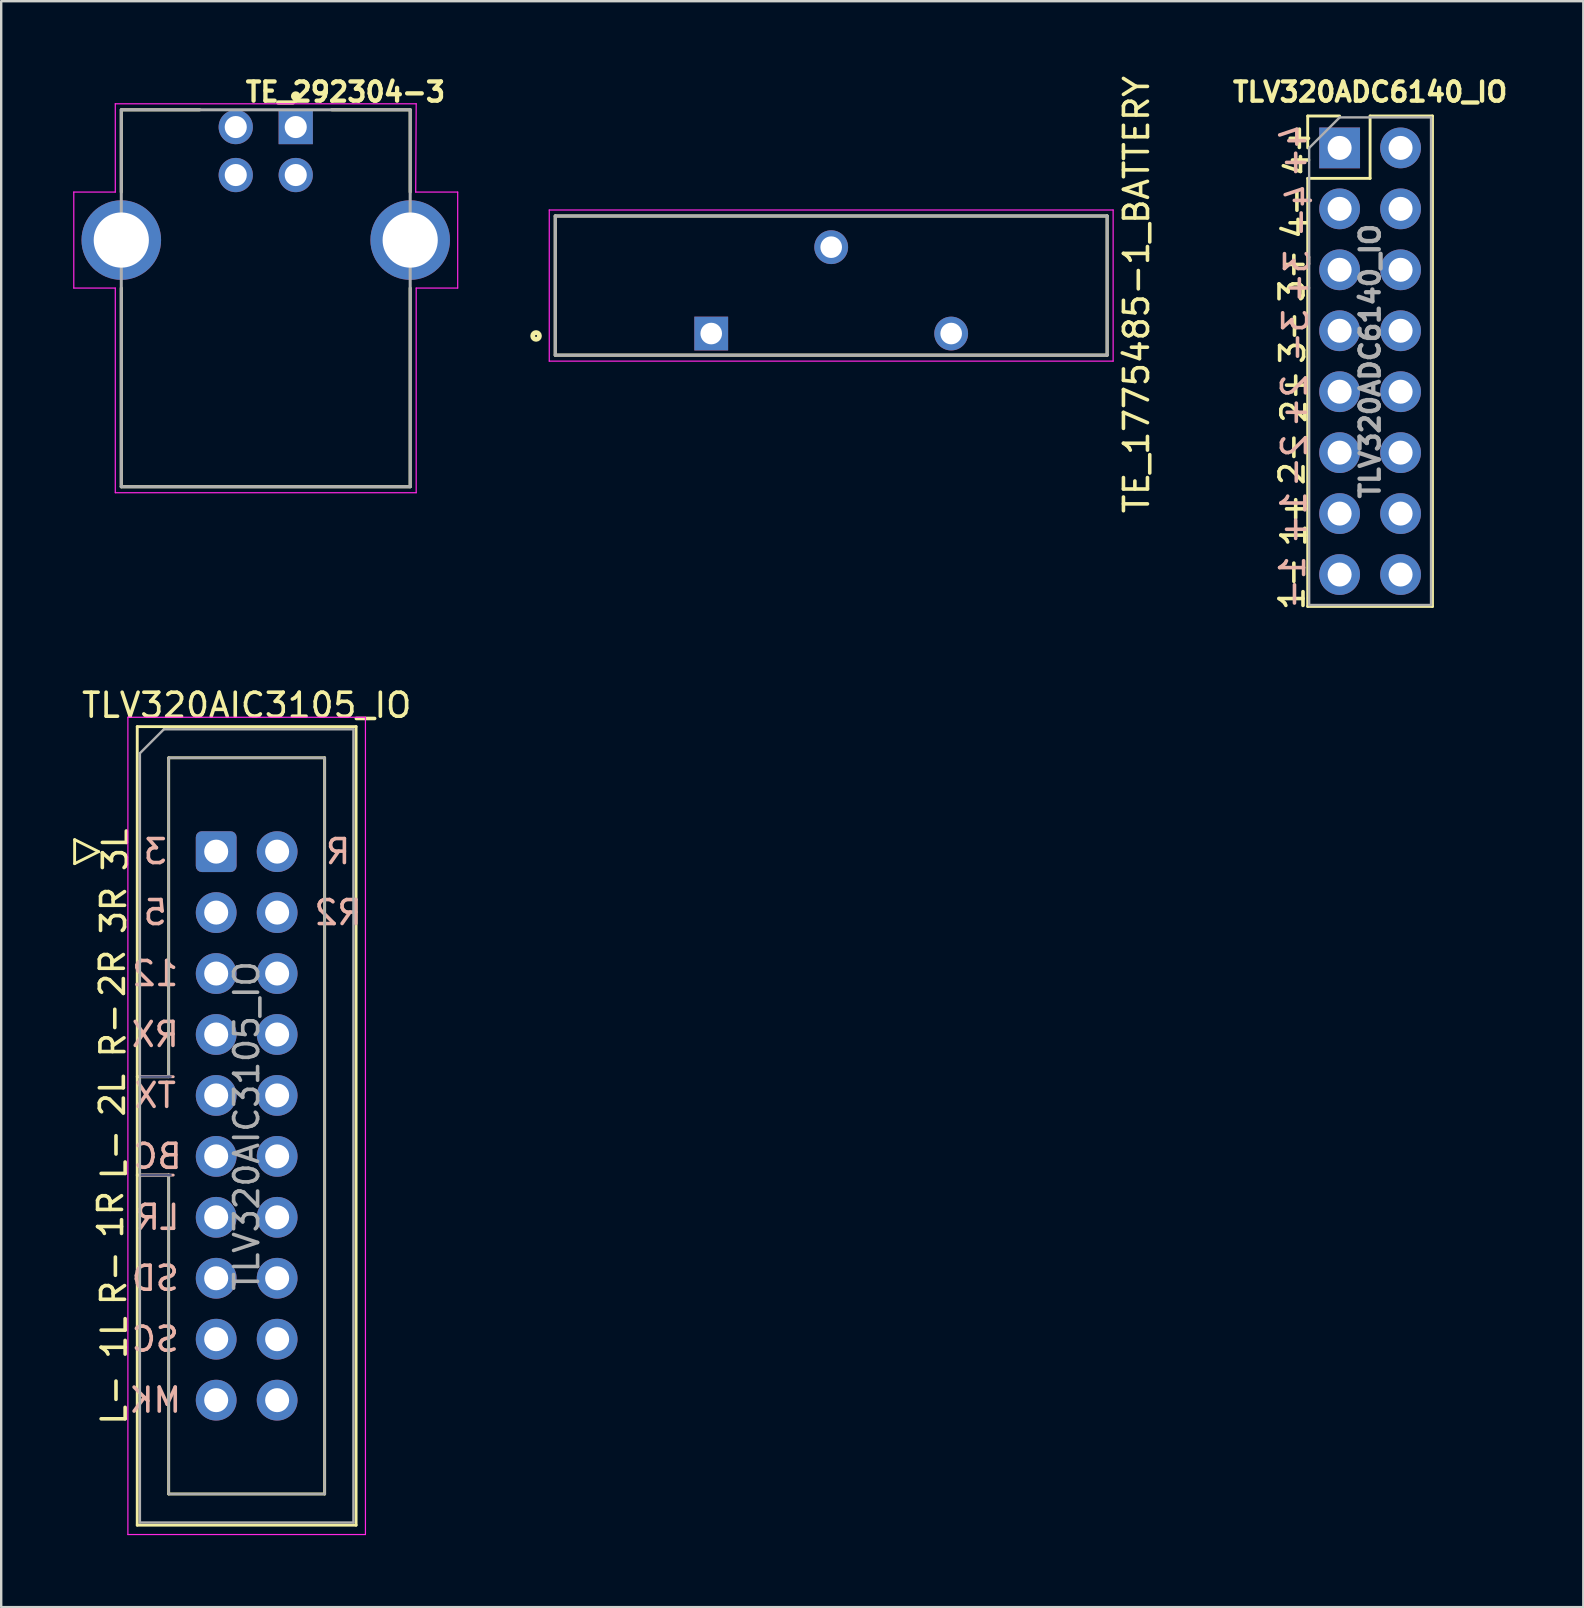
<source format=kicad_pcb>
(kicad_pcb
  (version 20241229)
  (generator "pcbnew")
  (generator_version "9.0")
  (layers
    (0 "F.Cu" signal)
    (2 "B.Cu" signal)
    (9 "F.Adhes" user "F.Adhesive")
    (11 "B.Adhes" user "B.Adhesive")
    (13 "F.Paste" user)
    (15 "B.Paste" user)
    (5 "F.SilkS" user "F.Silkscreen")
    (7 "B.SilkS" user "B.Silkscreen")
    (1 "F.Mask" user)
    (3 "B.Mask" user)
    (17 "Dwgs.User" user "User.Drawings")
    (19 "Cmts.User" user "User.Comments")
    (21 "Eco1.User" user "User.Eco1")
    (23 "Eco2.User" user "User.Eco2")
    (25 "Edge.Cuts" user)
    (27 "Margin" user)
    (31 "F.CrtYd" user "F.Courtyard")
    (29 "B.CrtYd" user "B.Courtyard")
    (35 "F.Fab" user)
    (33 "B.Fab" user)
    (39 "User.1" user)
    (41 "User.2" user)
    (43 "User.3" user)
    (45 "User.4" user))
  (footprint "TLV320AIC3105_IO"
    (layer "F.Cu")
    (at 5.96 32.443)
    (property "Reference" "TLV320AIC3105_IO" (at 1.27 -6.1 0) (layer "F.SilkS") (effects (font (size 1 1) (thickness 0.15))))
    (attr through_hole)
    (fp_line (start -5.9 -0.5) (end -5.9 0.5) (stroke (width 0.12) (type solid)) (layer "F.SilkS"))
    (fp_line (start -5.9 0.5) (end -4.9 0) (stroke (width 0.12) (type solid)) (layer "F.SilkS"))
    (fp_line (start -4.9 0) (end -5.9 -0.5) (stroke (width 0.12) (type solid)) (layer "F.SilkS"))
    (fp_line (start -3.29 -5.21) (end 5.83 -5.21) (stroke (width 0.12) (type solid)) (layer "F.SilkS"))
    (fp_line (start -3.29 9.38) (end -1.98 9.38) (stroke (width 0.12) (type solid)) (layer "F.SilkS"))
    (fp_line (start -3.29 28.07) (end -3.29 -5.21) (stroke (width 0.12) (type solid)) (layer "F.SilkS"))
    (fp_line (start -1.98 -3.91) (end 4.52 -3.91) (stroke (width 0.12) (type solid)) (layer "F.SilkS"))
    (fp_line (start -1.98 9.38) (end -1.98 -3.91) (stroke (width 0.12) (type solid)) (layer "F.SilkS"))
    (fp_line (start -1.98 13.48) (end -3.29 13.48) (stroke (width 0.12) (type solid)) (layer "F.SilkS"))
    (fp_line (start -1.98 13.48) (end -1.98 13.48) (stroke (width 0.12) (type solid)) (layer "F.SilkS"))
    (fp_line (start -1.98 26.77) (end -1.98 13.48) (stroke (width 0.12) (type solid)) (layer "F.SilkS"))
    (fp_line (start 4.52 -3.91) (end 4.52 26.77) (stroke (width 0.12) (type solid)) (layer "F.SilkS"))
    (fp_line (start 4.52 26.77) (end -1.98 26.77) (stroke (width 0.12) (type solid)) (layer "F.SilkS"))
    (fp_line (start 5.83 -5.21) (end 5.83 28.07) (stroke (width 0.12) (type solid)) (layer "F.SilkS"))
    (fp_line (start 5.83 28.07) (end -3.29 28.07) (stroke (width 0.12) (type solid)) (layer "F.SilkS"))
    (fp_line (start -3.1 13.48) (end -1.79 13.48) (stroke (width 0.12) (type solid)) (layer "B.SilkS"))
    (fp_line (start -1.79 9.38) (end -3.1 9.38) (stroke (width 0.12) (type solid)) (layer "B.SilkS"))
    (fp_line (start -3.68 -5.6) (end -3.68 28.46) (stroke (width 0.05) (type solid)) (layer "F.CrtYd"))
    (fp_line (start -3.68 28.46) (end 6.22 28.46) (stroke (width 0.05) (type solid)) (layer "F.CrtYd"))
    (fp_line (start 6.22 -5.6) (end -3.68 -5.6) (stroke (width 0.05) (type solid)) (layer "F.CrtYd"))
    (fp_line (start 6.22 28.46) (end 6.22 -5.6) (stroke (width 0.05) (type solid)) (layer "F.CrtYd"))
    (fp_line (start -3.1 13.48) (end -1.9 13.48) (stroke (width 0.1) (type solid)) (layer "B.Fab"))
    (fp_line (start -1.9 9.38) (end -3.1 9.38) (stroke (width 0.1) (type solid)) (layer "B.Fab"))
    (fp_line (start -3.18 -4.1) (end -2.18 -5.1) (stroke (width 0.1) (type solid)) (layer "F.Fab"))
    (fp_line (start -3.18 9.38) (end -1.98 9.38) (stroke (width 0.1) (type solid)) (layer "F.Fab"))
    (fp_line (start -3.18 27.96) (end -3.18 -4.1) (stroke (width 0.1) (type solid)) (layer "F.Fab"))
    (fp_line (start -2.18 -5.1) (end 5.72 -5.1) (stroke (width 0.1) (type solid)) (layer "F.Fab"))
    (fp_line (start -1.98 -3.91) (end 4.52 -3.91) (stroke (width 0.1) (type solid)) (layer "F.Fab"))
    (fp_line (start -1.98 9.38) (end -1.98 -3.91) (stroke (width 0.1) (type solid)) (layer "F.Fab"))
    (fp_line (start -1.98 13.48) (end -3.18 13.48) (stroke (width 0.1) (type solid)) (layer "F.Fab"))
    (fp_line (start -1.98 13.48) (end -1.98 13.48) (stroke (width 0.1) (type solid)) (layer "F.Fab"))
    (fp_line (start -1.98 26.77) (end -1.98 13.48) (stroke (width 0.1) (type solid)) (layer "F.Fab"))
    (fp_line (start 4.52 -3.91) (end 4.52 26.77) (stroke (width 0.1) (type solid)) (layer "F.Fab"))
    (fp_line (start 4.52 26.77) (end -1.98 26.77) (stroke (width 0.1) (type solid)) (layer "F.Fab"))
    (fp_line (start 5.72 -5.1) (end 5.72 27.96) (stroke (width 0.1) (type solid)) (layer "F.Fab"))
    (fp_line (start 5.72 27.96) (end -3.18 27.96) (stroke (width 0.1) (type solid)) (layer "F.Fab"))
    (fp_text user "2L" (at -4.325 10.15 90) (unlocked yes) (layer "F.SilkS") (effects (font (size 1 1) (thickness 0.15))))
    (fp_text user "R-" (at -4.275 17.775 90) (unlocked yes) (layer "F.SilkS") (effects (font (size 1 1) (thickness 0.15))))
    (fp_text user "R-" (at -4.3 7.45 90) (unlocked yes) (layer "F.SilkS") (effects (font (size 1 1) (thickness 0.15))))
    (fp_text user "2R" (at -4.325 5.075 90) (unlocked yes) (layer "F.SilkS") (effects (font (size 1 1) (thickness 0.15))))
    (fp_text user "3L" (at -4.2 -0.075 90) (unlocked yes) (layer "F.SilkS") (effects (font (size 1 1) (thickness 0.15))))
    (fp_text user "L-" (at -4.25 22.85 90) (unlocked yes) (layer "F.SilkS") (effects (font (size 1 1) (thickness 0.15))))
    (fp_text user "1L" (at -4.25 20.25 90) (unlocked yes) (layer "F.SilkS") (effects (font (size 1 1) (thickness 0.15))))
    (fp_text user "3R" (at -4.275 2.45 90) (unlocked yes) (layer "F.SilkS") (effects (font (size 1 1) (thickness 0.15))))
    (fp_text user "1R" (at -4.4 15.125 90) (unlocked yes) (layer "F.SilkS") (effects (font (size 1 1) (thickness 0.15))))
    (fp_text user "L-" (at -4.25 12.625 90) (unlocked yes) (layer "F.SilkS") (effects (font (size 1 1) (thickness 0.15))))
    (fp_text user "TX" (at -2.54 10.16 0) (unlocked yes) (layer "B.SilkS") (effects (font (size 1 1) (thickness 0.15)) (justify mirror)))
    (fp_text user "3" (at -2.54 0 0) (unlocked yes) (layer "B.SilkS") (effects (font (size 1 1) (thickness 0.15)) (justify mirror)))
    (fp_text user "MK" (at -2.54 22.86 0) (unlocked yes) (layer "B.SilkS") (effects (font (size 1 1) (thickness 0.15)) (justify mirror)))
    (fp_text user "LR" (at -2.445 15.24 0) (unlocked yes) (layer "B.SilkS") (effects (font (size 1 1) (thickness 0.15)) (justify mirror)))
    (fp_text user "5" (at -2.54 2.54 0) (unlocked yes) (layer "B.SilkS") (effects (font (size 1 1) (thickness 0.15)) (justify mirror)))
    (fp_text user "R2" (at 5.08 2.54 0) (unlocked yes) (layer "B.SilkS") (effects (font (size 1 1) (thickness 0.15)) (justify mirror)))
    (fp_text user "SD" (at -2.54 17.78 0) (unlocked yes) (layer "B.SilkS") (effects (font (size 1 1) (thickness 0.15)) (justify mirror)))
    (fp_text user "RX" (at -2.54 7.62 0) (unlocked yes) (layer "B.SilkS") (effects (font (size 1 1) (thickness 0.15)) (justify mirror)))
    (fp_text user "R" (at 5.08 0 0) (unlocked yes) (layer "B.SilkS") (effects (font (size 1 1) (thickness 0.15)) (justify mirror)))
    (fp_text user "12" (at -2.54 5.08 0) (unlocked yes) (layer "B.SilkS") (effects (font (size 1 1) (thickness 0.15)) (justify mirror)))
    (fp_text user "SC" (at -2.54 20.32 0) (unlocked yes) (layer "B.SilkS") (effects (font (size 1 1) (thickness 0.15)) (justify mirror)))
    (fp_text user "BC" (at -2.445 12.7 0) (unlocked yes) (layer "B.SilkS") (effects (font (size 1 1) (thickness 0.15)) (justify mirror)))
    (fp_text user "${REFERENCE}" (at 1.27 11.43 90) (layer "F.Fab") (effects (font (size 1 1) (thickness 0.15))))
    (pad "1" thru_hole roundrect (at 0 0) (size 1.7 1.7) (drill 1) (layers "*.Cu" "*.Mask") (roundrect_rratio 0.147))
    (pad "2" thru_hole circle (at 2.54 0) (size 1.7 1.7) (drill 1) (layers "*.Cu" "*.Mask"))
    (pad "3" thru_hole circle (at 0 2.54) (size 1.7 1.7) (drill 1) (layers "*.Cu" "*.Mask"))
    (pad "4" thru_hole circle (at 2.54 2.54) (size 1.7 1.7) (drill 1) (layers "*.Cu" "*.Mask"))
    (pad "5" thru_hole circle (at 0 5.08) (size 1.7 1.7) (drill 1) (layers "*.Cu" "*.Mask"))
    (pad "6" thru_hole circle (at 2.54 5.08) (size 1.7 1.7) (drill 1) (layers "*.Cu" "*.Mask"))
    (pad "7" thru_hole circle (at 0 7.62) (size 1.7 1.7) (drill 1) (layers "*.Cu" "*.Mask"))
    (pad "8" thru_hole circle (at 2.54 7.62) (size 1.7 1.7) (drill 1) (layers "*.Cu" "*.Mask"))
    (pad "9" thru_hole circle (at 0 10.16) (size 1.7 1.7) (drill 1) (layers "*.Cu" "*.Mask"))
    (pad "10" thru_hole circle (at 2.54 10.16) (size 1.7 1.7) (drill 1) (layers "*.Cu" "*.Mask"))
    (pad "11" thru_hole circle (at 0 12.7) (size 1.7 1.7) (drill 1) (layers "*.Cu" "*.Mask"))
    (pad "12" thru_hole circle (at 2.54 12.7) (size 1.7 1.7) (drill 1) (layers "*.Cu" "*.Mask"))
    (pad "13" thru_hole circle (at 0 15.24) (size 1.7 1.7) (drill 1) (layers "*.Cu" "*.Mask"))
    (pad "14" thru_hole circle (at 2.54 15.24) (size 1.7 1.7) (drill 1) (layers "*.Cu" "*.Mask"))
    (pad "15" thru_hole circle (at 0 17.78) (size 1.7 1.7) (drill 1) (layers "*.Cu" "*.Mask"))
    (pad "16" thru_hole circle (at 2.54 17.78) (size 1.7 1.7) (drill 1) (layers "*.Cu" "*.Mask"))
    (pad "17" thru_hole circle (at 0 20.32) (size 1.7 1.7) (drill 1) (layers "*.Cu" "*.Mask"))
    (pad "18" thru_hole circle (at 2.54 20.32) (size 1.7 1.7) (drill 1) (layers "*.Cu" "*.Mask"))
    (pad "19" thru_hole circle (at 0 22.86) (size 1.7 1.7) (drill 1) (layers "*.Cu" "*.Mask"))
    (pad "20" thru_hole circle (at 2.54 22.86) (size 1.7 1.7) (drill 1) (layers "*.Cu" "*.Mask")))
  (footprint "TE_292304-3"
    (layer "F.Cu")
    (at 8.025 17.235)
    (property "Reference" "TE_292304-3" (at 3.321 -16.451 180) (layer "F.SilkS") (effects (font (size 0.8 0.8) (thickness 0.18))))
    (attr through_hole)
    (fp_line (start -6.02 -12.28) (end -6.02 -15.71) (stroke (width 0.127) (type solid)) (layer "F.SilkS"))
    (fp_line (start -6.02 -8.28) (end -6.02 0) (stroke (width 0.127) (type solid)) (layer "F.SilkS"))
    (fp_line (start -6.02 0) (end 6.02 0) (stroke (width 0.127) (type solid)) (layer "F.SilkS"))
    (fp_line (start -6 -15.71) (end -2.75 -15.71) (stroke (width 0.127) (type solid)) (layer "F.SilkS"))
    (fp_line (start 2.75 -15.71) (end 6.02 -15.71) (stroke (width 0.127) (type solid)) (layer "F.SilkS"))
    (fp_line (start 6.02 -15.71) (end 6.02 -12.28) (stroke (width 0.127) (type solid)) (layer "F.SilkS"))
    (fp_line (start 6.02 0) (end 6.02 -8.28) (stroke (width 0.127) (type solid)) (layer "F.SilkS"))
    (fp_circle (center 1.25 -16.28) (end 1.35 -16.28) (stroke (width 0.2) (type solid)) (fill no) (layer "F.SilkS"))
    (fp_line (start -8 -12.28) (end -6.27 -12.28) (stroke (width 0.05) (type solid)) (layer "F.CrtYd"))
    (fp_line (start -8 -8.28) (end -8 -12.28) (stroke (width 0.05) (type solid)) (layer "F.CrtYd"))
    (fp_line (start -6.27 -15.96) (end 6.27 -15.96) (stroke (width 0.05) (type solid)) (layer "F.CrtYd"))
    (fp_line (start -6.27 -12.28) (end -6.27 -15.96) (stroke (width 0.05) (type solid)) (layer "F.CrtYd"))
    (fp_line (start -6.27 -8.28) (end -8 -8.28) (stroke (width 0.05) (type solid)) (layer "F.CrtYd"))
    (fp_line (start -6.27 0.25) (end -6.27 -8.28) (stroke (width 0.05) (type solid)) (layer "F.CrtYd"))
    (fp_line (start 6.25 -12.28) (end 8 -12.28) (stroke (width 0.05) (type solid)) (layer "F.CrtYd"))
    (fp_line (start 6.27 -15.96) (end 6.25 -12.28) (stroke (width 0.05) (type solid)) (layer "F.CrtYd"))
    (fp_line (start 6.27 -8.28) (end 6.27 0.25) (stroke (width 0.05) (type solid)) (layer "F.CrtYd"))
    (fp_line (start 6.27 0.25) (end -6.27 0.25) (stroke (width 0.05) (type solid)) (layer "F.CrtYd"))
    (fp_line (start 8 -12.28) (end 8 -8.28) (stroke (width 0.05) (type solid)) (layer "F.CrtYd"))
    (fp_line (start 8 -8.28) (end 6.27 -8.28) (stroke (width 0.05) (type solid)) (layer "F.CrtYd"))
    (fp_line (start -6.02 -15.71) (end -6.02 0) (stroke (width 0.127) (type solid)) (layer "F.Fab"))
    (fp_line (start -6.02 0) (end 6.02 0) (stroke (width 0.127) (type solid)) (layer "F.Fab"))
    (fp_line (start 6.02 -15.71) (end -6.02 -15.71) (stroke (width 0.127) (type solid)) (layer "F.Fab"))
    (fp_line (start 6.02 0) (end 6.02 -15.71) (stroke (width 0.127) (type solid)) (layer "F.Fab"))
    (fp_circle (center 1.25 -14.99) (end 1.35 -14.99) (stroke (width 0.2) (type solid)) (fill no) (layer "F.Fab"))
    (pad "1" thru_hole rect (at 1.25 -14.99) (size 1.428 1.428) (drill 0.92) (layers "*.Cu" "*.Mask"))
    (pad "2" thru_hole circle (at -1.25 -14.99) (size 1.428 1.428) (drill 0.92) (layers "*.Cu" "*.Mask"))
    (pad "3" thru_hole circle (at -1.25 -12.99) (size 1.428 1.428) (drill 0.92) (layers "*.Cu" "*.Mask"))
    (pad "4" thru_hole circle (at 1.25 -12.99) (size 1.428 1.428) (drill 0.92) (layers "*.Cu" "*.Mask"))
    (pad "SH1" thru_hole circle (at -6.02 -10.28) (size 3.316 3.316) (drill 2.3) (layers "*.Cu" "*.Mask"))
    (pad "SH2" thru_hole circle (at 6.02 -10.28) (size 3.316 3.316) (drill 2.3) (layers "*.Cu" "*.Mask")))
  (footprint "TLV320ADC6140_IO"
    (layer "F.Cu")
    (at 52.78 3.114)
    (property "Reference" "TLV320ADC6140_IO" (at 1.27 -2.33 0) (layer "F.SilkS") (effects (font (size 0.8 0.8) (thickness 0.18))))
    (attr through_hole)
    (fp_line (start -1.33 -1.33) (end 0 -1.33) (stroke (width 0.12) (type solid)) (layer "F.SilkS"))
    (fp_line (start -1.33 0) (end -1.33 -1.33) (stroke (width 0.12) (type solid)) (layer "F.SilkS"))
    (fp_line (start -1.33 1.27) (end -1.33 19.11) (stroke (width 0.12) (type solid)) (layer "F.SilkS"))
    (fp_line (start -1.33 1.27) (end 1.27 1.27) (stroke (width 0.12) (type solid)) (layer "F.SilkS"))
    (fp_line (start -1.33 19.11) (end 3.87 19.11) (stroke (width 0.12) (type solid)) (layer "F.SilkS"))
    (fp_line (start 1.27 -1.33) (end 3.87 -1.33) (stroke (width 0.12) (type solid)) (layer "F.SilkS"))
    (fp_line (start 1.27 1.27) (end 1.27 -1.33) (stroke (width 0.12) (type solid)) (layer "F.SilkS"))
    (fp_line (start 3.87 -1.33) (end 3.87 19.11) (stroke (width 0.12) (type solid)) (layer "F.SilkS"))
    (fp_line (start -1.27 0) (end 0 -1.27) (stroke (width 0.1) (type solid)) (layer "F.Fab"))
    (fp_line (start -1.27 19.05) (end -1.27 0) (stroke (width 0.1) (type solid)) (layer "F.Fab"))
    (fp_line (start 0 -1.27) (end 3.81 -1.27) (stroke (width 0.1) (type solid)) (layer "F.Fab"))
    (fp_line (start 3.81 -1.27) (end 3.81 19.05) (stroke (width 0.1) (type solid)) (layer "F.Fab"))
    (fp_line (start 3.81 19.05) (end -1.27 19.05) (stroke (width 0.1) (type solid)) (layer "F.Fab"))
    (fp_text user "3-" (at -1.956 7.899 90) (layer "F.SilkS") (effects (font (size 1 1) (thickness 0.15))))
    (fp_text user "1+" (at -1.905 15.519 90) (layer "F.SilkS") (effects (font (size 1 1) (thickness 0.15))))
    (fp_text user "1-" (at -1.981 18.161 90) (layer "F.SilkS") (effects (font (size 1 1) (thickness 0.15))))
    (fp_text user "2-" (at -1.981 12.954 90) (layer "F.SilkS") (effects (font (size 1 1) (thickness 0.15))))
    (fp_text user "4+" (at -1.753 0.076 90) (layer "F.SilkS") (effects (font (size 1 1) (thickness 0.15))))
    (fp_text user "2+" (at -1.905 10.363 90) (layer "F.SilkS") (effects (font (size 1 1) (thickness 0.15))))
    (fp_text user "4-" (at -1.854 2.692 90) (layer "F.SilkS") (effects (font (size 1 1) (thickness 0.15))))
    (fp_text user "3+" (at -1.981 5.334 90) (layer "F.SilkS") (effects (font (size 1 1) (thickness 0.15))))
    (fp_text user "1-" (at -1.956 18.11 270) (layer "B.SilkS") (effects (font (size 1 1) (thickness 0.15)) (justify mirror)))
    (fp_text user "2-" (at -1.88 13.03 270) (layer "B.SilkS") (effects (font (size 1 1) (thickness 0.15)) (justify mirror)))
    (fp_text user "3+" (at -1.753 5.359 270) (layer "B.SilkS") (effects (font (size 1 1) (thickness 0.15)) (justify mirror)))
    (fp_text user "1+" (at -1.905 15.418 270) (layer "B.SilkS") (effects (font (size 1 1) (thickness 0.15)) (justify mirror)))
    (fp_text user "2+" (at -1.88 10.541 270) (layer "B.SilkS") (effects (font (size 1 1) (thickness 0.15)) (justify mirror)))
    (fp_text user "4-" (at -1.676 2.616 270) (layer "B.SilkS") (effects (font (size 1 1) (thickness 0.15)) (justify mirror)))
    (fp_text user "4+" (at -1.905 0.127 270) (layer "B.SilkS") (effects (font (size 1 1) (thickness 0.15)) (justify mirror)))
    (fp_text user "3-" (at -1.829 7.823 270) (layer "B.SilkS") (effects (font (size 1 1) (thickness 0.15)) (justify mirror)))
    (fp_text user "${REFERENCE}" (at 1.27 8.89 90) (layer "F.Fab") (effects (font (size 0.8 0.8) (thickness 0.18))))
    (pad "1" thru_hole rect (at 0 0) (size 1.7 1.7) (drill 1) (layers "*.Cu" "*.Mask"))
    (pad "2" thru_hole oval (at 2.54 0) (size 1.7 1.7) (drill 1) (layers "*.Cu" "*.Mask"))
    (pad "3" thru_hole oval (at 0 2.54) (size 1.7 1.7) (drill 1) (layers "*.Cu" "*.Mask"))
    (pad "4" thru_hole oval (at 2.54 2.54) (size 1.7 1.7) (drill 1) (layers "*.Cu" "*.Mask"))
    (pad "5" thru_hole oval (at 0 5.08) (size 1.7 1.7) (drill 1) (layers "*.Cu" "*.Mask"))
    (pad "6" thru_hole oval (at 2.54 5.08) (size 1.7 1.7) (drill 1) (layers "*.Cu" "*.Mask"))
    (pad "7" thru_hole oval (at 0 7.62) (size 1.7 1.7) (drill 1) (layers "*.Cu" "*.Mask"))
    (pad "8" thru_hole oval (at 2.54 7.62) (size 1.7 1.7) (drill 1) (layers "*.Cu" "*.Mask"))
    (pad "9" thru_hole oval (at 0 10.16) (size 1.7 1.7) (drill 1) (layers "*.Cu" "*.Mask"))
    (pad "10" thru_hole oval (at 2.54 10.16) (size 1.7 1.7) (drill 1) (layers "*.Cu" "*.Mask"))
    (pad "11" thru_hole oval (at 0 12.7) (size 1.7 1.7) (drill 1) (layers "*.Cu" "*.Mask"))
    (pad "12" thru_hole oval (at 2.54 12.7) (size 1.7 1.7) (drill 1) (layers "*.Cu" "*.Mask"))
    (pad "13" thru_hole oval (at 0 15.24) (size 1.7 1.7) (drill 1) (layers "*.Cu" "*.Mask"))
    (pad "14" thru_hole oval (at 2.54 15.24) (size 1.7 1.7) (drill 1) (layers "*.Cu" "*.Mask"))
    (pad "15" thru_hole oval (at 0 17.78) (size 1.7 1.7) (drill 1) (layers "*.Cu" "*.Mask"))
    (pad "16" thru_hole oval (at 2.54 17.78) (size 1.7 1.7) (drill 1) (layers "*.Cu" "*.Mask")))
  (footprint "TE_1775485-1_BATTERY"
    (layer "F.Cu")
    (at 31.591 8.851)
    (property "Reference" "TE_1775485-1_BATTERY" (at 12.725 0.375 90) (layer "F.SilkS") (effects (font (size 1.001 1.001) (thickness 0.15))))
    (attr through_hole)
    (fp_line (start -11.5 -2.9) (end 11.5 -2.9) (stroke (width 0.127) (type solid)) (layer "F.SilkS"))
    (fp_line (start -11.5 2.9) (end -11.5 -2.9) (stroke (width 0.127) (type solid)) (layer "F.SilkS"))
    (fp_line (start 11.5 -2.9) (end 11.5 2.9) (stroke (width 0.127) (type solid)) (layer "F.SilkS"))
    (fp_line (start 11.5 2.9) (end -11.5 2.9) (stroke (width 0.127) (type solid)) (layer "F.SilkS"))
    (fp_circle (center -12.3 2.1) (end -12.159 2.1) (stroke (width 0.2) (type solid)) (fill no) (layer "F.SilkS"))
    (fp_line (start -11.75 -3.15) (end 11.75 -3.15) (stroke (width 0.05) (type solid)) (layer "F.CrtYd"))
    (fp_line (start -11.75 3.15) (end -11.75 -3.15) (stroke (width 0.05) (type solid)) (layer "F.CrtYd"))
    (fp_line (start 11.75 -3.15) (end 11.75 3.15) (stroke (width 0.05) (type solid)) (layer "F.CrtYd"))
    (fp_line (start 11.75 3.15) (end -11.75 3.15) (stroke (width 0.05) (type solid)) (layer "F.CrtYd"))
    (fp_line (start -11.5 -2.9) (end 11.5 -2.9) (stroke (width 0.127) (type solid)) (layer "F.Fab"))
    (fp_line (start -11.5 2.9) (end -11.5 -2.9) (stroke (width 0.127) (type solid)) (layer "F.Fab"))
    (fp_line (start 11.5 -2.9) (end 11.5 2.9) (stroke (width 0.127) (type solid)) (layer "F.Fab"))
    (fp_line (start 11.5 2.9) (end -11.5 2.9) (stroke (width 0.127) (type solid)) (layer "F.Fab"))
    (pad "1" thru_hole rect (at -5 2) (size 1.408 1.408) (drill 0.9) (layers "*.Cu" "*.Mask"))
    (pad "2" thru_hole circle (at 0 -1.6) (size 1.408 1.408) (drill 0.9) (layers "*.Cu" "*.Mask"))
    (pad "3" thru_hole circle (at 5 2) (size 1.408 1.408) (drill 0.9) (layers "*.Cu" "*.Mask")))
  (gr_rect
    (start -3 -3)
    (end 62.936 63.928)
    (stroke (width 0.1) (type default))
    (fill no)
    (layer "Edge.Cuts")))
</source>
